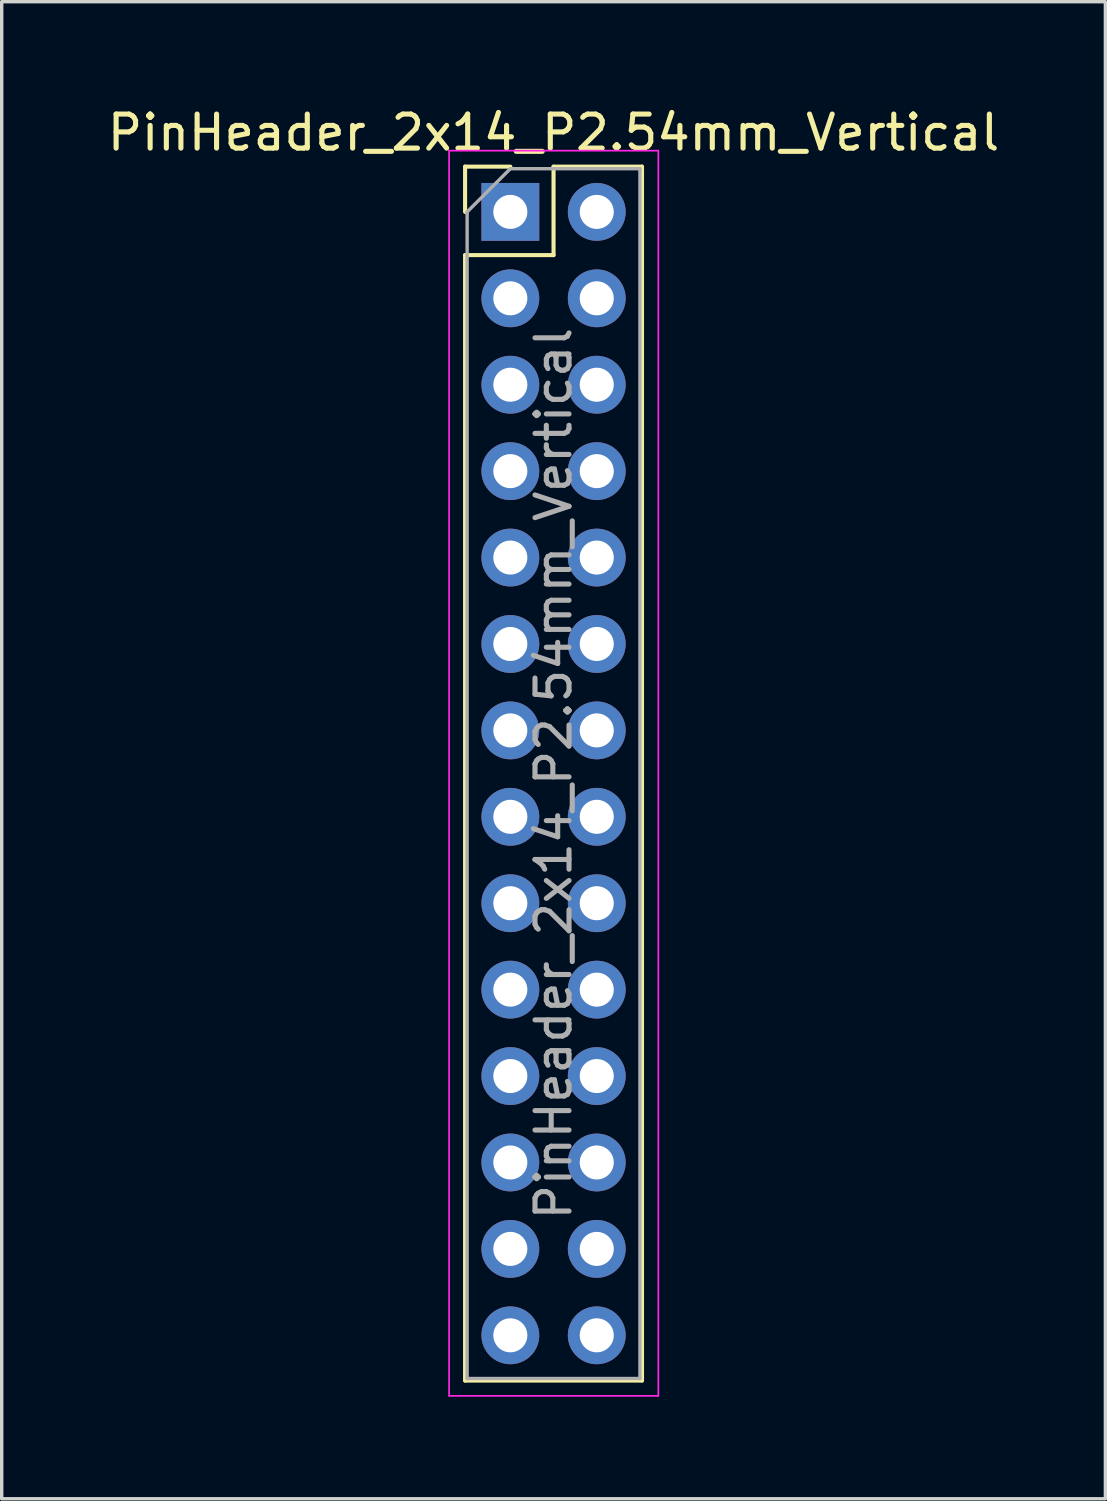
<source format=kicad_pcb>
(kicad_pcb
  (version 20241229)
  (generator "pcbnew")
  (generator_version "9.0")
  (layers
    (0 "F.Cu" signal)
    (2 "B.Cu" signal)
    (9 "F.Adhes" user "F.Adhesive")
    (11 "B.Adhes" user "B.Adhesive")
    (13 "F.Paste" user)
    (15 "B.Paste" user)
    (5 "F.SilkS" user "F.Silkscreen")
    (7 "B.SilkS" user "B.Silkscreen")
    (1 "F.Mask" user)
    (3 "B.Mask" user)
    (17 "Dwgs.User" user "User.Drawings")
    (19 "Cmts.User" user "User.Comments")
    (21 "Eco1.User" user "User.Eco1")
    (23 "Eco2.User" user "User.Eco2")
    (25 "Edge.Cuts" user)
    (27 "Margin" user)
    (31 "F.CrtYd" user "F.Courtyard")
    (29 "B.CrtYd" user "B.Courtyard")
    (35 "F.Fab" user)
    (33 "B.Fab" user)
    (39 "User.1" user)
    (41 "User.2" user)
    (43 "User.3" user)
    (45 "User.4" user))
  (footprint "PinHeader_2x14_P2.54mm_Vertical"
    (layer "F.Cu")
    (at 13.22 19.688)
    (property "Reference" "PinHeader_2x14_P2.54mm_Vertical" (at 0 -18.84 0) (layer "F.SilkS") (effects (font (size 1 1) (thickness 0.15))))
    (attr through_hole)
    (fp_line (start -2.6 -17.84) (end -1.27 -17.84) (stroke (width 0.12) (type solid)) (layer "F.SilkS"))
    (fp_line (start -2.6 -16.51) (end -2.6 -17.84) (stroke (width 0.12) (type solid)) (layer "F.SilkS"))
    (fp_line (start -2.6 -15.24) (end -2.6 17.84) (stroke (width 0.12) (type solid)) (layer "F.SilkS"))
    (fp_line (start -2.6 -15.24) (end 0 -15.24) (stroke (width 0.12) (type solid)) (layer "F.SilkS"))
    (fp_line (start -2.6 17.84) (end 2.6 17.84) (stroke (width 0.12) (type solid)) (layer "F.SilkS"))
    (fp_line (start 0 -17.84) (end 2.6 -17.84) (stroke (width 0.12) (type solid)) (layer "F.SilkS"))
    (fp_line (start 0 -15.24) (end 0 -17.84) (stroke (width 0.12) (type solid)) (layer "F.SilkS"))
    (fp_line (start 2.6 -17.84) (end 2.6 17.84) (stroke (width 0.12) (type solid)) (layer "F.SilkS"))
    (fp_line (start -3.07 -18.31) (end -3.07 18.29) (stroke (width 0.05) (type solid)) (layer "F.CrtYd"))
    (fp_line (start -3.07 18.29) (end 3.08 18.29) (stroke (width 0.05) (type solid)) (layer "F.CrtYd"))
    (fp_line (start 3.08 -18.31) (end -3.07 -18.31) (stroke (width 0.05) (type solid)) (layer "F.CrtYd"))
    (fp_line (start 3.08 18.29) (end 3.08 -18.31) (stroke (width 0.05) (type solid)) (layer "F.CrtYd"))
    (fp_line (start -2.54 -16.51) (end -1.27 -17.78) (stroke (width 0.1) (type solid)) (layer "F.Fab"))
    (fp_line (start -2.54 17.78) (end -2.54 -16.51) (stroke (width 0.1) (type solid)) (layer "F.Fab"))
    (fp_line (start -1.27 -17.78) (end 2.54 -17.78) (stroke (width 0.1) (type solid)) (layer "F.Fab"))
    (fp_line (start 2.54 -17.78) (end 2.54 17.78) (stroke (width 0.1) (type solid)) (layer "F.Fab"))
    (fp_line (start 2.54 17.78) (end -2.54 17.78) (stroke (width 0.1) (type solid)) (layer "F.Fab"))
    (fp_text user "${REFERENCE}" (at 0 0 90) (layer "F.Fab") (effects (font (size 1 1) (thickness 0.15))))
    (pad "1" thru_hole rect (at -1.27 -16.51) (size 1.7 1.7) (drill 1) (layers "*.Cu" "*.Mask"))
    (pad "2" thru_hole oval (at 1.27 -16.51) (size 1.7 1.7) (drill 1) (layers "*.Cu" "*.Mask"))
    (pad "3" thru_hole oval (at -1.27 -13.97) (size 1.7 1.7) (drill 1) (layers "*.Cu" "*.Mask"))
    (pad "4" thru_hole oval (at 1.27 -13.97) (size 1.7 1.7) (drill 1) (layers "*.Cu" "*.Mask"))
    (pad "5" thru_hole oval (at -1.27 -11.43) (size 1.7 1.7) (drill 1) (layers "*.Cu" "*.Mask"))
    (pad "6" thru_hole oval (at 1.27 -11.43) (size 1.7 1.7) (drill 1) (layers "*.Cu" "*.Mask"))
    (pad "7" thru_hole oval (at -1.27 -8.89) (size 1.7 1.7) (drill 1) (layers "*.Cu" "*.Mask"))
    (pad "8" thru_hole oval (at 1.27 -8.89) (size 1.7 1.7) (drill 1) (layers "*.Cu" "*.Mask"))
    (pad "9" thru_hole oval (at -1.27 -6.35) (size 1.7 1.7) (drill 1) (layers "*.Cu" "*.Mask"))
    (pad "10" thru_hole oval (at 1.27 -6.35) (size 1.7 1.7) (drill 1) (layers "*.Cu" "*.Mask"))
    (pad "11" thru_hole oval (at -1.27 -3.81) (size 1.7 1.7) (drill 1) (layers "*.Cu" "*.Mask"))
    (pad "12" thru_hole oval (at 1.27 -3.81) (size 1.7 1.7) (drill 1) (layers "*.Cu" "*.Mask"))
    (pad "13" thru_hole oval (at -1.27 -1.27) (size 1.7 1.7) (drill 1) (layers "*.Cu" "*.Mask"))
    (pad "14" thru_hole oval (at 1.27 -1.27) (size 1.7 1.7) (drill 1) (layers "*.Cu" "*.Mask"))
    (pad "15" thru_hole oval (at -1.27 1.27) (size 1.7 1.7) (drill 1) (layers "*.Cu" "*.Mask"))
    (pad "16" thru_hole oval (at 1.27 1.27) (size 1.7 1.7) (drill 1) (layers "*.Cu" "*.Mask"))
    (pad "17" thru_hole oval (at -1.27 3.81) (size 1.7 1.7) (drill 1) (layers "*.Cu" "*.Mask"))
    (pad "18" thru_hole oval (at 1.27 3.81) (size 1.7 1.7) (drill 1) (layers "*.Cu" "*.Mask"))
    (pad "19" thru_hole oval (at -1.27 6.35) (size 1.7 1.7) (drill 1) (layers "*.Cu" "*.Mask"))
    (pad "20" thru_hole oval (at 1.27 6.35) (size 1.7 1.7) (drill 1) (layers "*.Cu" "*.Mask"))
    (pad "21" thru_hole oval (at -1.27 8.89) (size 1.7 1.7) (drill 1) (layers "*.Cu" "*.Mask"))
    (pad "22" thru_hole oval (at 1.27 8.89) (size 1.7 1.7) (drill 1) (layers "*.Cu" "*.Mask"))
    (pad "23" thru_hole oval (at -1.27 11.43) (size 1.7 1.7) (drill 1) (layers "*.Cu" "*.Mask"))
    (pad "24" thru_hole oval (at 1.27 11.43) (size 1.7 1.7) (drill 1) (layers "*.Cu" "*.Mask"))
    (pad "25" thru_hole oval (at -1.27 13.97) (size 1.7 1.7) (drill 1) (layers "*.Cu" "*.Mask"))
    (pad "26" thru_hole oval (at 1.27 13.97) (size 1.7 1.7) (drill 1) (layers "*.Cu" "*.Mask"))
    (pad "27" thru_hole oval (at -1.27 16.51) (size 1.7 1.7) (drill 1) (layers "*.Cu" "*.Mask"))
    (pad "28" thru_hole oval (at 1.27 16.51) (size 1.7 1.7) (drill 1) (layers "*.Cu" "*.Mask")))
  (gr_rect
    (start -3 -3)
    (end 29.44 41.003)
    (stroke (width 0.1) (type default))
    (fill no)
    (layer "Edge.Cuts")))
</source>
